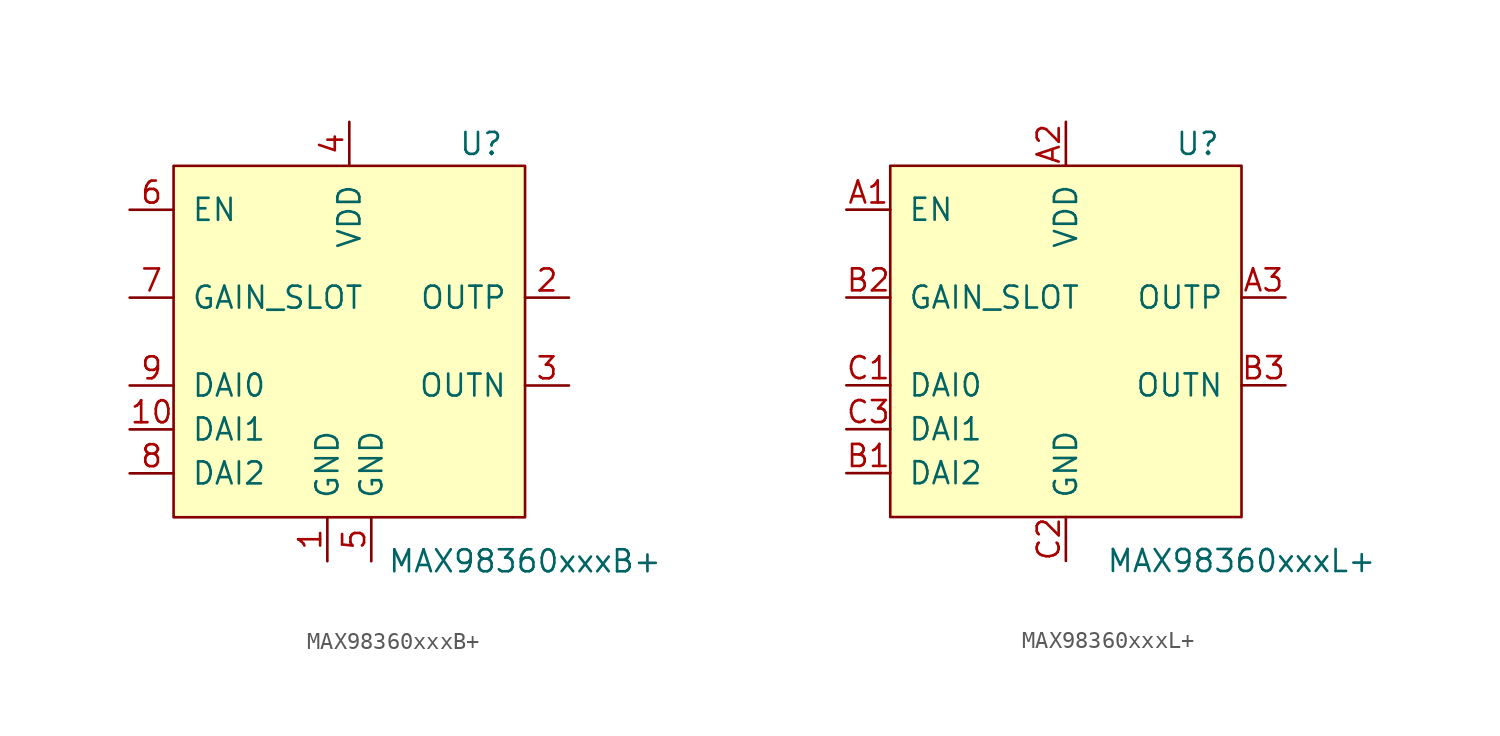
<source format=kicad_sym>
(kicad_symbol_lib
  (version 20211014)
  (generator kicad_symbol_editor)
  (symbol "MAX98360xxxB+"
    (pin_names
      (offset 1.016))
    (property "Reference" "U"
      (at 7.62 11.43 0)
      (effects (font (size 1.27 1.27))))
    (property "Value" "MAX98360xxxB+"
      (at 10.16 -12.7 0)
      (effects (font (size 1.27 1.27))))
    (symbol "MAX98360xxxB+_0_0"
      (pin power_in line (at -1.27 -12.7 90) (length 2.54) (name "GND" (effects (font (size 1.27 1.27)))) (number "1" (effects (font (size 1.27 1.27)))))
      (pin bidirectional line (at -12.7 -5.08 0) (length 2.54) (name "DAI1" (effects (font (size 1.27 1.27)))) (number "10" (effects (font (size 1.27 1.27)))))
      (pin output line (at 12.7 2.54 180) (length 2.54) (name "OUTP" (effects (font (size 1.27 1.27)))) (number "2" (effects (font (size 1.27 1.27)))))
      (pin output line (at 12.7 -2.54 180) (length 2.54) (name "OUTN" (effects (font (size 1.27 1.27)))) (number "3" (effects (font (size 1.27 1.27)))))
      (pin power_in line (at 0 12.7 270) (length 2.54) (name "VDD" (effects (font (size 1.27 1.27)))) (number "4" (effects (font (size 1.27 1.27)))))
      (pin power_in line (at 1.27 -12.7 90) (length 2.54) (name "GND" (effects (font (size 1.27 1.27)))) (number "5" (effects (font (size 1.27 1.27)))))
      (pin input line (at -12.7 7.62 0) (length 2.54) (name "EN" (effects (font (size 1.27 1.27)))) (number "6" (effects (font (size 1.27 1.27)))))
      (pin input line (at -12.7 2.54 0) (length 2.54) (name "GAIN_SLOT" (effects (font (size 1.27 1.27)))) (number "7" (effects (font (size 1.27 1.27)))))
      (pin bidirectional line (at -12.7 -7.62 0) (length 2.54) (name "DAI2" (effects (font (size 1.27 1.27)))) (number "8" (effects (font (size 1.27 1.27)))))
      (pin bidirectional line (at -12.7 -2.54 0) (length 2.54) (name "DAI0" (effects (font (size 1.27 1.27)))) (number "9" (effects (font (size 1.27 1.27))))))
    (symbol "MAX98360xxxB+_0_1"
      (rectangle (start -10.16 10.16) (end 10.16 -10.16) (stroke (width 0) (type default) (color 0 0 0 0)) (fill (type background)))))
  (symbol "MAX98360xxxL+"
    (pin_names
      (offset 1.016))
    (property "Reference" "U"
      (at 7.62 11.43 0)
      (effects (font (size 1.27 1.27))))
    (property "Value" "MAX98360xxxL+"
      (at 10.16 -12.7 0)
      (effects (font (size 1.27 1.27))))
    (symbol "MAX98360xxxL+_0_0"
      (pin input line (at -12.7 7.62 0) (length 2.54) (name "EN" (effects (font (size 1.27 1.27)))) (number "A1" (effects (font (size 1.27 1.27)))))
      (pin power_in line (at 0 12.7 270) (length 2.54) (name "VDD" (effects (font (size 1.27 1.27)))) (number "A2" (effects (font (size 1.27 1.27)))))
      (pin output line (at 12.7 2.54 180) (length 2.54) (name "OUTP" (effects (font (size 1.27 1.27)))) (number "A3" (effects (font (size 1.27 1.27)))))
      (pin bidirectional line (at -12.7 -7.62 0) (length 2.54) (name "DAI2" (effects (font (size 1.27 1.27)))) (number "B1" (effects (font (size 1.27 1.27)))))
      (pin input line (at -12.7 2.54 0) (length 2.54) (name "GAIN_SLOT" (effects (font (size 1.27 1.27)))) (number "B2" (effects (font (size 1.27 1.27)))))
      (pin output line (at 12.7 -2.54 180) (length 2.54) (name "OUTN" (effects (font (size 1.27 1.27)))) (number "B3" (effects (font (size 1.27 1.27)))))
      (pin bidirectional line (at -12.7 -2.54 0) (length 2.54) (name "DAI0" (effects (font (size 1.27 1.27)))) (number "C1" (effects (font (size 1.27 1.27)))))
      (pin power_in line (at 0 -12.7 90) (length 2.54) (name "GND" (effects (font (size 1.27 1.27)))) (number "C2" (effects (font (size 1.27 1.27)))))
      (pin bidirectional line (at -12.7 -5.08 0) (length 2.54) (name "DAI1" (effects (font (size 1.27 1.27)))) (number "C3" (effects (font (size 1.27 1.27))))))
    (symbol "MAX98360xxxL+_0_1"
      (rectangle (start -10.16 10.16) (end 10.16 -10.16) (stroke (width 0) (type default) (color 0 0 0 0)) (fill (type background))))))
</source>
